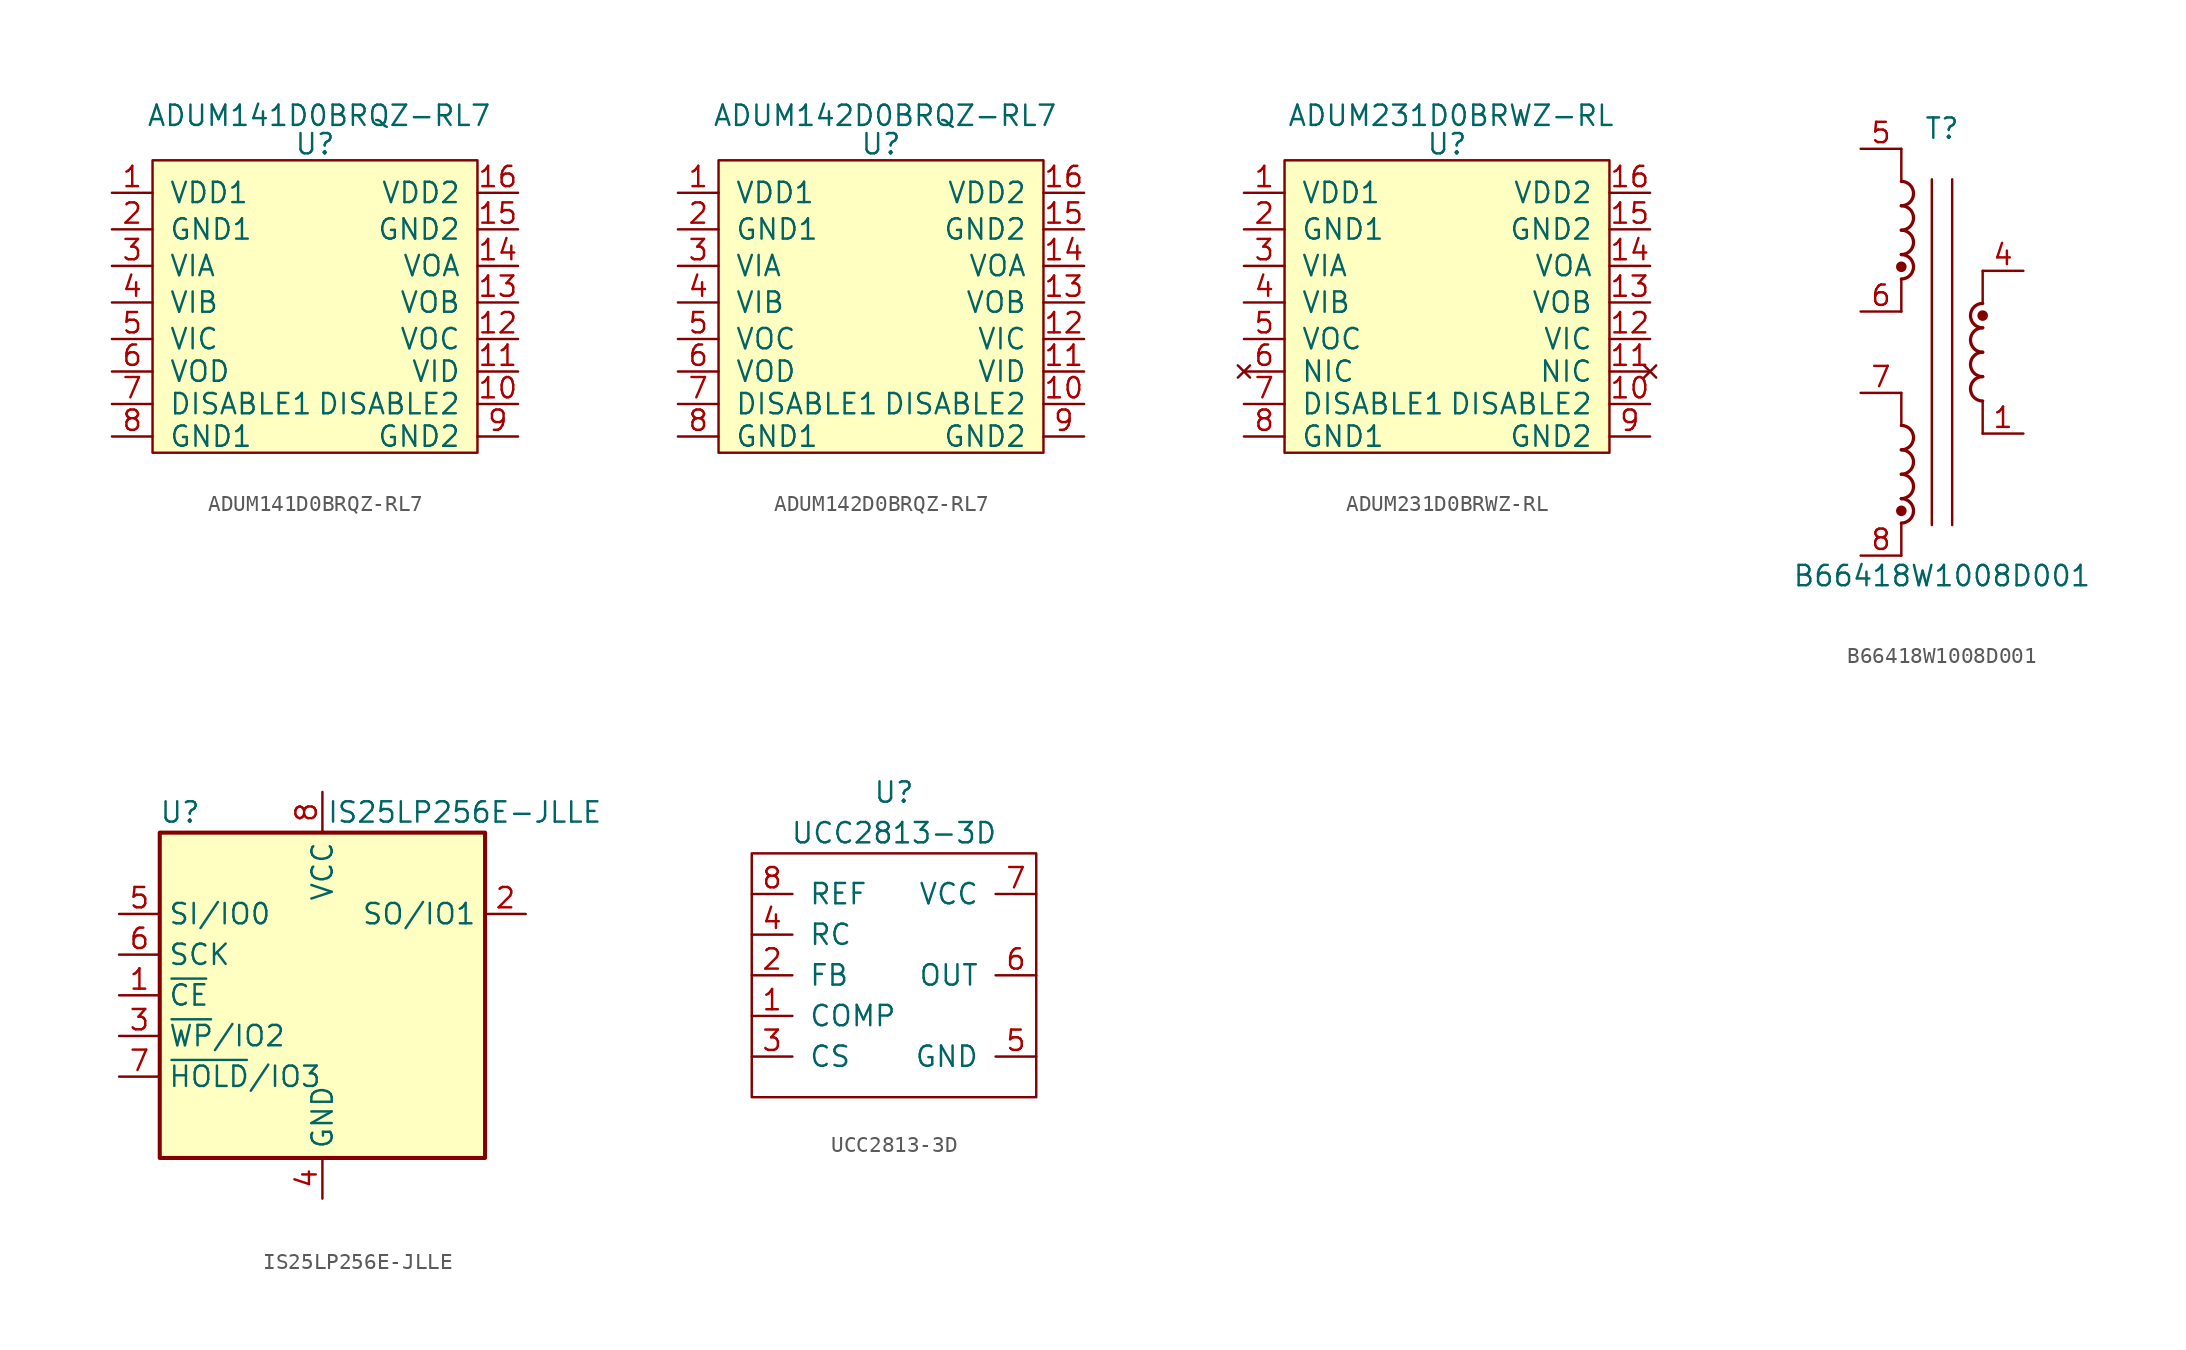
<source format=kicad_sym>
(kicad_symbol_lib
  (version 20211014)
  (generator kicad_symbol_editor)
  (symbol "ADUM141D0BRQZ-RL7"
    (pin_names
      (offset 1.016))
    (property "Reference" "U"
      (at 0 11.176 0)
      (effects (font (size 1.27 1.27))))
    (property "Value" "ADUM141D0BRQZ-RL7"
      (at 0.254 12.954 0)
      (effects (font (size 1.27 1.27))))
    (symbol "ADUM141D0BRQZ-RL7_0_1"
      (rectangle (start -10.16 10.16) (end 10.16 -8.128) (stroke (width 0) (type default) (color 0 0 0 0)) (fill (type background))))
    (symbol "ADUM141D0BRQZ-RL7_1_1"
      (pin power_in line (at -12.7 8.128 0) (length 2.54) (name "VDD1" (effects (font (size 1.27 1.27)))) (number "1" (effects (font (size 1.27 1.27)))))
      (pin input line (at 12.7 -5.08 180) (length 2.54) (name "DISABLE2" (effects (font (size 1.27 1.27)))) (number "10" (effects (font (size 1.27 1.27)))))
      (pin input line (at 12.7 -3.048 180) (length 2.54) (name "VID" (effects (font (size 1.27 1.27)))) (number "11" (effects (font (size 1.27 1.27)))))
      (pin output line (at 12.7 -1.016 180) (length 2.54) (name "VOC" (effects (font (size 1.27 1.27)))) (number "12" (effects (font (size 1.27 1.27)))))
      (pin output line (at 12.7 1.27 180) (length 2.54) (name "VOB" (effects (font (size 1.27 1.27)))) (number "13" (effects (font (size 1.27 1.27)))))
      (pin output line (at 12.7 3.556 180) (length 2.54) (name "VOA" (effects (font (size 1.27 1.27)))) (number "14" (effects (font (size 1.27 1.27)))))
      (pin power_in line (at 12.7 5.842 180) (length 2.54) (name "GND2" (effects (font (size 1.27 1.27)))) (number "15" (effects (font (size 1.27 1.27)))))
      (pin power_in line (at 12.7 8.128 180) (length 2.54) (name "VDD2" (effects (font (size 1.27 1.27)))) (number "16" (effects (font (size 1.27 1.27)))))
      (pin power_in line (at -12.7 5.842 0) (length 2.54) (name "GND1" (effects (font (size 1.27 1.27)))) (number "2" (effects (font (size 1.27 1.27)))))
      (pin input line (at -12.7 3.556 0) (length 2.54) (name "VIA" (effects (font (size 1.27 1.27)))) (number "3" (effects (font (size 1.27 1.27)))))
      (pin input line (at -12.7 1.27 0) (length 2.54) (name "VIB" (effects (font (size 1.27 1.27)))) (number "4" (effects (font (size 1.27 1.27)))))
      (pin input line (at -12.7 -1.016 0) (length 2.54) (name "VIC" (effects (font (size 1.27 1.27)))) (number "5" (effects (font (size 1.27 1.27)))))
      (pin output line (at -12.7 -3.048 0) (length 2.54) (name "VOD" (effects (font (size 1.27 1.27)))) (number "6" (effects (font (size 1.27 1.27)))))
      (pin input line (at -12.7 -5.08 0) (length 2.54) (name "DISABLE1" (effects (font (size 1.27 1.27)))) (number "7" (effects (font (size 1.27 1.27)))))
      (pin power_in line (at -12.7 -7.112 0) (length 2.54) (name "GND1" (effects (font (size 1.27 1.27)))) (number "8" (effects (font (size 1.27 1.27)))))
      (pin power_in line (at 12.7 -7.112 180) (length 2.54) (name "GND2" (effects (font (size 1.27 1.27)))) (number "9" (effects (font (size 1.27 1.27)))))))
  (symbol "ADUM142D0BRQZ-RL7"
    (pin_names
      (offset 1.016))
    (property "Reference" "U"
      (at 0 11.176 0)
      (effects (font (size 1.27 1.27))))
    (property "Value" "ADUM142D0BRQZ-RL7"
      (at 0.254 12.954 0)
      (effects (font (size 1.27 1.27))))
    (symbol "ADUM142D0BRQZ-RL7_0_1"
      (rectangle (start -10.16 10.16) (end 10.16 -8.128) (stroke (width 0) (type default) (color 0 0 0 0)) (fill (type background))))
    (symbol "ADUM142D0BRQZ-RL7_1_1"
      (pin power_in line (at -12.7 8.128 0) (length 2.54) (name "VDD1" (effects (font (size 1.27 1.27)))) (number "1" (effects (font (size 1.27 1.27)))))
      (pin input line (at 12.7 -5.08 180) (length 2.54) (name "DISABLE2" (effects (font (size 1.27 1.27)))) (number "10" (effects (font (size 1.27 1.27)))))
      (pin input line (at 12.7 -3.048 180) (length 2.54) (name "VID" (effects (font (size 1.27 1.27)))) (number "11" (effects (font (size 1.27 1.27)))))
      (pin input line (at 12.7 -1.016 180) (length 2.54) (name "VIC" (effects (font (size 1.27 1.27)))) (number "12" (effects (font (size 1.27 1.27)))))
      (pin output line (at 12.7 1.27 180) (length 2.54) (name "VOB" (effects (font (size 1.27 1.27)))) (number "13" (effects (font (size 1.27 1.27)))))
      (pin output line (at 12.7 3.556 180) (length 2.54) (name "VOA" (effects (font (size 1.27 1.27)))) (number "14" (effects (font (size 1.27 1.27)))))
      (pin power_in line (at 12.7 5.842 180) (length 2.54) (name "GND2" (effects (font (size 1.27 1.27)))) (number "15" (effects (font (size 1.27 1.27)))))
      (pin power_in line (at 12.7 8.128 180) (length 2.54) (name "VDD2" (effects (font (size 1.27 1.27)))) (number "16" (effects (font (size 1.27 1.27)))))
      (pin power_in line (at -12.7 5.842 0) (length 2.54) (name "GND1" (effects (font (size 1.27 1.27)))) (number "2" (effects (font (size 1.27 1.27)))))
      (pin input line (at -12.7 3.556 0) (length 2.54) (name "VIA" (effects (font (size 1.27 1.27)))) (number "3" (effects (font (size 1.27 1.27)))))
      (pin input line (at -12.7 1.27 0) (length 2.54) (name "VIB" (effects (font (size 1.27 1.27)))) (number "4" (effects (font (size 1.27 1.27)))))
      (pin output line (at -12.7 -1.016 0) (length 2.54) (name "VOC" (effects (font (size 1.27 1.27)))) (number "5" (effects (font (size 1.27 1.27)))))
      (pin output line (at -12.7 -3.048 0) (length 2.54) (name "VOD" (effects (font (size 1.27 1.27)))) (number "6" (effects (font (size 1.27 1.27)))))
      (pin input line (at -12.7 -5.08 0) (length 2.54) (name "DISABLE1" (effects (font (size 1.27 1.27)))) (number "7" (effects (font (size 1.27 1.27)))))
      (pin power_in line (at -12.7 -7.112 0) (length 2.54) (name "GND1" (effects (font (size 1.27 1.27)))) (number "8" (effects (font (size 1.27 1.27)))))
      (pin power_in line (at 12.7 -7.112 180) (length 2.54) (name "GND2" (effects (font (size 1.27 1.27)))) (number "9" (effects (font (size 1.27 1.27)))))))
  (symbol "ADUM231D0BRWZ-RL"
    (pin_names
      (offset 1.016))
    (property "Reference" "U"
      (at 0 11.176 0)
      (effects (font (size 1.27 1.27))))
    (property "Value" "ADUM231D0BRWZ-RL"
      (at 0.254 12.954 0)
      (effects (font (size 1.27 1.27))))
    (symbol "ADUM231D0BRWZ-RL_0_1"
      (rectangle (start -10.16 10.16) (end 10.16 -8.128) (stroke (width 0) (type default) (color 0 0 0 0)) (fill (type background))))
    (symbol "ADUM231D0BRWZ-RL_1_1"
      (pin power_in line (at -12.7 8.128 0) (length 2.54) (name "VDD1" (effects (font (size 1.27 1.27)))) (number "1" (effects (font (size 1.27 1.27)))))
      (pin input line (at 12.7 -5.08 180) (length 2.54) (name "DISABLE2" (effects (font (size 1.27 1.27)))) (number "10" (effects (font (size 1.27 1.27)))))
      (pin no_connect line (at 12.7 -3.048 180) (length 2.54) (name "NIC" (effects (font (size 1.27 1.27)))) (number "11" (effects (font (size 1.27 1.27)))))
      (pin input line (at 12.7 -1.016 180) (length 2.54) (name "VIC" (effects (font (size 1.27 1.27)))) (number "12" (effects (font (size 1.27 1.27)))))
      (pin output line (at 12.7 1.27 180) (length 2.54) (name "VOB" (effects (font (size 1.27 1.27)))) (number "13" (effects (font (size 1.27 1.27)))))
      (pin output line (at 12.7 3.556 180) (length 2.54) (name "VOA" (effects (font (size 1.27 1.27)))) (number "14" (effects (font (size 1.27 1.27)))))
      (pin power_in line (at 12.7 5.842 180) (length 2.54) (name "GND2" (effects (font (size 1.27 1.27)))) (number "15" (effects (font (size 1.27 1.27)))))
      (pin power_in line (at 12.7 8.128 180) (length 2.54) (name "VDD2" (effects (font (size 1.27 1.27)))) (number "16" (effects (font (size 1.27 1.27)))))
      (pin power_in line (at -12.7 5.842 0) (length 2.54) (name "GND1" (effects (font (size 1.27 1.27)))) (number "2" (effects (font (size 1.27 1.27)))))
      (pin input line (at -12.7 3.556 0) (length 2.54) (name "VIA" (effects (font (size 1.27 1.27)))) (number "3" (effects (font (size 1.27 1.27)))))
      (pin input line (at -12.7 1.27 0) (length 2.54) (name "VIB" (effects (font (size 1.27 1.27)))) (number "4" (effects (font (size 1.27 1.27)))))
      (pin output line (at -12.7 -1.016 0) (length 2.54) (name "VOC" (effects (font (size 1.27 1.27)))) (number "5" (effects (font (size 1.27 1.27)))))
      (pin no_connect line (at -12.7 -3.048 0) (length 2.54) (name "NIC" (effects (font (size 1.27 1.27)))) (number "6" (effects (font (size 1.27 1.27)))))
      (pin input line (at -12.7 -5.08 0) (length 2.54) (name "DISABLE1" (effects (font (size 1.27 1.27)))) (number "7" (effects (font (size 1.27 1.27)))))
      (pin power_in line (at -12.7 -7.112 0) (length 2.54) (name "GND1" (effects (font (size 1.27 1.27)))) (number "8" (effects (font (size 1.27 1.27)))))
      (pin power_in line (at 12.7 -7.112 180) (length 2.54) (name "GND2" (effects (font (size 1.27 1.27)))) (number "9" (effects (font (size 1.27 1.27)))))))
  (symbol "B66418W1008D001"
    (pin_names hide)
    (property "Reference" "T"
      (at 0 13.97 0)
      (effects (font (size 1.27 1.27))))
    (property "Value" "B66418W1008D001"
      (at 0 -13.97 0)
      (effects (font (size 1.27 1.27))))
    (symbol "B66418W1008D001_0_1"
      (arc (start -2.54 -10.668) (mid -1.778 -9.906) (end -2.54 -9.144) (stroke (width 0.2032) (type default) (color 0 0 0 0)) (fill (type none)))
      (circle (center -2.54 -9.906) (radius 0.254) (stroke (width 0) (type default) (color 0 0 0 0)) (fill (type outline)))
      (arc (start -2.54 -9.144) (mid -1.778 -8.382) (end -2.54 -7.62) (stroke (width 0.2032) (type default) (color 0 0 0 0)) (fill (type none)))
      (arc (start -2.54 -7.62) (mid -1.778 -6.858) (end -2.54 -6.096) (stroke (width 0.2032) (type default) (color 0 0 0 0)) (fill (type none)))
      (arc (start -2.54 -6.096) (mid -1.778 -5.334) (end -2.54 -4.572) (stroke (width 0.2032) (type default) (color 0 0 0 0)) (fill (type none)))
      (arc (start -2.54 4.572) (mid -1.778 5.334) (end -2.54 6.096) (stroke (width 0.2032) (type default) (color 0 0 0 0)) (fill (type none)))
      (circle (center -2.54 5.334) (radius 0.254) (stroke (width 0) (type default) (color 0 0 0 0)) (fill (type outline)))
      (arc (start -2.54 6.096) (mid -1.778 6.858) (end -2.54 7.62) (stroke (width 0.2032) (type default) (color 0 0 0 0)) (fill (type none)))
      (arc (start -2.54 7.62) (mid -1.778 8.382) (end -2.54 9.144) (stroke (width 0.2032) (type default) (color 0 0 0 0)) (fill (type none)))
      (arc (start -2.54 9.144) (mid -1.778 9.906) (end -2.54 10.668) (stroke (width 0.2032) (type default) (color 0 0 0 0)) (fill (type none)))
      (polyline (pts (xy -2.54 -10.668) (xy -2.54 -12.7)) (stroke (width 0) (type default) (color 0 0 0 0)) (fill (type none)))
      (polyline (pts (xy -2.54 -2.54) (xy -2.54 -4.572)) (stroke (width 0) (type default) (color 0 0 0 0)) (fill (type none)))
      (polyline (pts (xy -2.54 4.572) (xy -2.54 2.54)) (stroke (width 0) (type default) (color 0 0 0 0)) (fill (type none)))
      (polyline (pts (xy -2.54 12.7) (xy -2.54 10.668)) (stroke (width 0) (type default) (color 0 0 0 0)) (fill (type none)))
      (polyline (pts (xy -0.635 10.795) (xy -0.635 -10.795)) (stroke (width 0) (type default) (color 0 0 0 0)) (fill (type none)))
      (polyline (pts (xy 0.635 10.795) (xy 0.635 -10.795)) (stroke (width 0) (type default) (color 0 0 0 0)) (fill (type none)))
      (polyline (pts (xy 2.54 -3.048) (xy 2.54 -5.08)) (stroke (width 0) (type default) (color 0 0 0 0)) (fill (type none)))
      (polyline (pts (xy 2.54 5.08) (xy 2.54 3.048)) (stroke (width 0) (type default) (color 0 0 0 0)) (fill (type none)))
      (arc (start 2.54 -1.524) (mid 1.778 -2.286) (end 2.54 -3.048) (stroke (width 0.2032) (type default) (color 0 0 0 0)) (fill (type none)))
      (arc (start 2.54 0) (mid 1.778 -0.762) (end 2.54 -1.524) (stroke (width 0.2032) (type default) (color 0 0 0 0)) (fill (type none)))
      (arc (start 2.54 1.524) (mid 1.778 0.762) (end 2.54 0) (stroke (width 0.2032) (type default) (color 0 0 0 0)) (fill (type none)))
      (circle (center 2.54 2.286) (radius 0.254) (stroke (width 0) (type default) (color 0 0 0 0)) (fill (type outline))))
    (symbol "B66418W1008D001_1_1"
      (arc (start 2.54 3.048) (mid 1.778 2.286) (end 2.54 1.524) (stroke (width 0.2032) (type default) (color 0 0 0 0)) (fill (type none)))
      (pin passive line (at 5.08 -5.08 180) (length 2.54) (name "~" (effects (font (size 1.27 1.27)))) (number "1" (effects (font (size 1.27 1.27)))))
      (pin passive line (at 5.08 5.08 180) (length 2.54) (name "~" (effects (font (size 1.27 1.27)))) (number "4" (effects (font (size 1.27 1.27)))))
      (pin passive line (at -5.08 12.7 0) (length 2.54) (name "~" (effects (font (size 1.27 1.27)))) (number "5" (effects (font (size 1.27 1.27)))))
      (pin passive line (at -5.08 2.54 0) (length 2.54) (name "~" (effects (font (size 1.27 1.27)))) (number "6" (effects (font (size 1.27 1.27)))))
      (pin passive line (at -5.08 -2.54 0) (length 2.54) (name "~" (effects (font (size 1.27 1.27)))) (number "7" (effects (font (size 1.27 1.27)))))
      (pin passive line (at -5.08 -12.7 0) (length 2.54) (name "~" (effects (font (size 1.27 1.27)))) (number "8" (effects (font (size 1.27 1.27)))))))
  (symbol "IS25LP256E-JLLE"
    (property "Reference" "U"
      (at -8.89 11.43 0)
      (effects (font (size 1.27 1.27))))
    (property "Value" "IS25LP256E-JLLE"
      (at 8.89 11.43 0)
      (effects (font (size 1.27 1.27))))
    (symbol "IS25LP256E-JLLE_0_1"
      (rectangle (start 10.16 -10.16) (end -10.16 10.16) (stroke (width 0.254) (type default) (color 0 0 0 0)) (fill (type background)))
      (pin input line (at -12.7 0 0) (length 2.54) (name "~{CE}" (effects (font (size 1.27 1.27)))) (number "1" (effects (font (size 1.27 1.27)))))
      (pin bidirectional line (at 12.7 5.08 180) (length 2.54) (name "SO/IO1" (effects (font (size 1.27 1.27)))) (number "2" (effects (font (size 1.27 1.27)))))
      (pin bidirectional line (at -12.7 -2.54 0) (length 2.54) (name "~{WP}/IO2" (effects (font (size 1.27 1.27)))) (number "3" (effects (font (size 1.27 1.27)))))
      (pin power_in line (at 0 -12.7 90) (length 2.54) (name "GND" (effects (font (size 1.27 1.27)))) (number "4" (effects (font (size 1.27 1.27)))))
      (pin bidirectional line (at -12.7 5.08 0) (length 2.54) (name "SI/IO0" (effects (font (size 1.27 1.27)))) (number "5" (effects (font (size 1.27 1.27)))))
      (pin input line (at -12.7 2.54 0) (length 2.54) (name "SCK" (effects (font (size 1.27 1.27)))) (number "6" (effects (font (size 1.27 1.27)))))
      (pin bidirectional line (at -12.7 -5.08 0) (length 2.54) (name "~{HOLD}/IO3" (effects (font (size 1.27 1.27)))) (number "7" (effects (font (size 1.27 1.27)))))
      (pin power_in line (at 0 12.7 270) (length 2.54) (name "VCC" (effects (font (size 1.27 1.27)))) (number "8" (effects (font (size 1.27 1.27)))))))
  (symbol "UCC2813-3D"
    (pin_names
      (offset 1.016))
    (property "Reference" "U"
      (at 0 11.43 0)
      (effects (font (size 1.27 1.27))))
    (property "Value" "UCC2813-3D"
      (at 0 8.89 0)
      (effects (font (size 1.27 1.27))))
    (symbol "UCC2813-3D_0_1"
      (rectangle (start -8.89 7.62) (end 8.89 -7.62) (stroke (width 0) (type default) (color 0 0 0 0)) (fill (type none))))
    (symbol "UCC2813-3D_1_1"
      (pin output line (at -8.89 -2.54 0) (length 2.54) (name "COMP" (effects (font (size 1.27 1.27)))) (number "1" (effects (font (size 1.27 1.27)))))
      (pin input line (at -8.89 0 0) (length 2.54) (name "FB" (effects (font (size 1.27 1.27)))) (number "2" (effects (font (size 1.27 1.27)))))
      (pin input line (at -8.89 -5.08 0) (length 2.54) (name "CS" (effects (font (size 1.27 1.27)))) (number "3" (effects (font (size 1.27 1.27)))))
      (pin input line (at -8.89 2.54 0) (length 2.54) (name "RC" (effects (font (size 1.27 1.27)))) (number "4" (effects (font (size 1.27 1.27)))))
      (pin power_in line (at 8.89 -5.08 180) (length 2.54) (name "GND" (effects (font (size 1.27 1.27)))) (number "5" (effects (font (size 1.27 1.27)))))
      (pin output line (at 8.89 0 180) (length 2.54) (name "OUT" (effects (font (size 1.27 1.27)))) (number "6" (effects (font (size 1.27 1.27)))))
      (pin power_in line (at 8.89 5.08 180) (length 2.54) (name "VCC" (effects (font (size 1.27 1.27)))) (number "7" (effects (font (size 1.27 1.27)))))
      (pin output line (at -8.89 5.08 0) (length 2.54) (name "REF" (effects (font (size 1.27 1.27)))) (number "8" (effects (font (size 1.27 1.27))))))))
</source>
